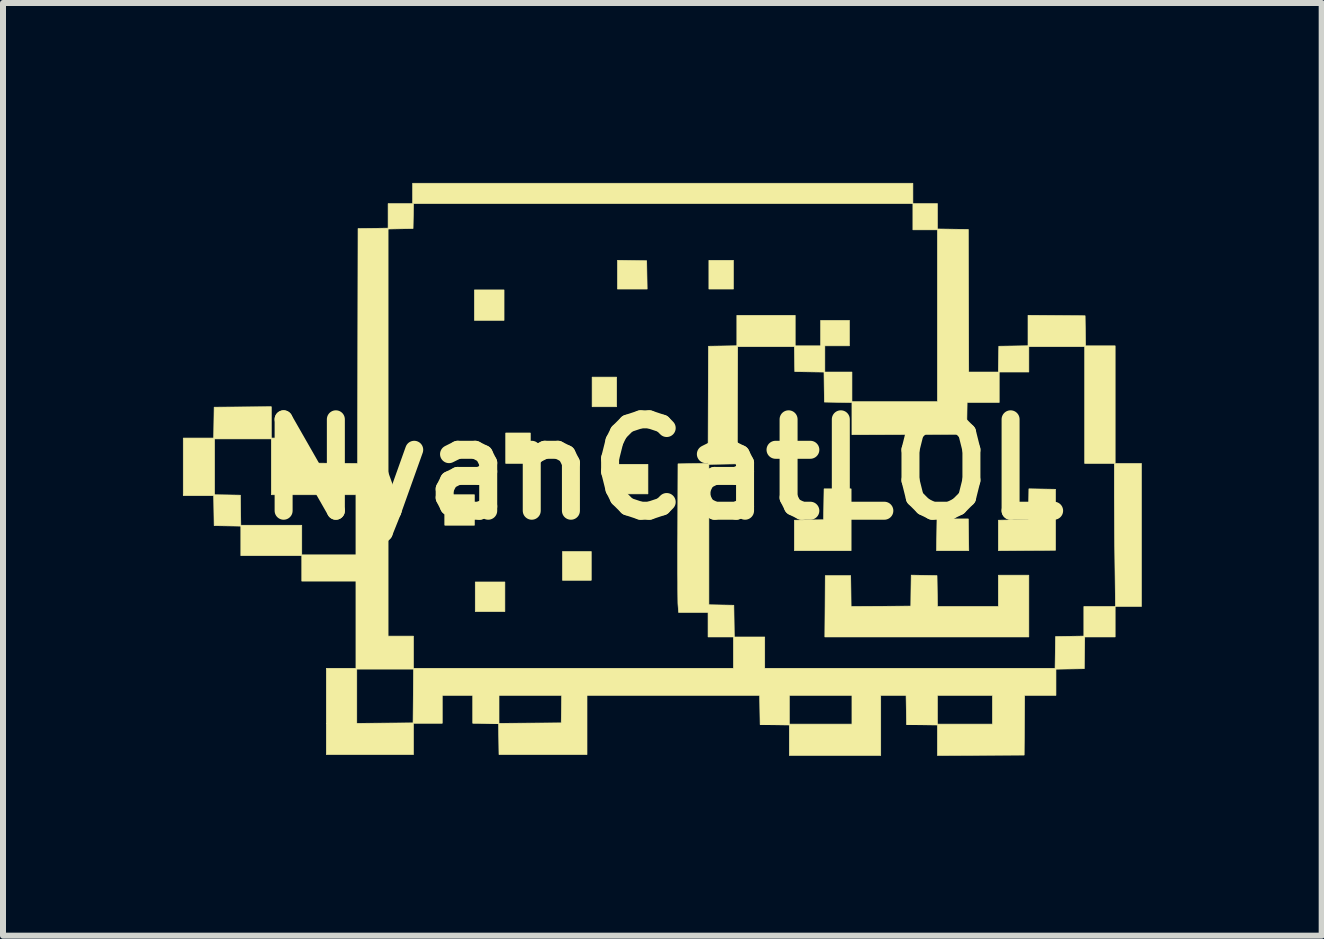
<source format=kicad_pcb>
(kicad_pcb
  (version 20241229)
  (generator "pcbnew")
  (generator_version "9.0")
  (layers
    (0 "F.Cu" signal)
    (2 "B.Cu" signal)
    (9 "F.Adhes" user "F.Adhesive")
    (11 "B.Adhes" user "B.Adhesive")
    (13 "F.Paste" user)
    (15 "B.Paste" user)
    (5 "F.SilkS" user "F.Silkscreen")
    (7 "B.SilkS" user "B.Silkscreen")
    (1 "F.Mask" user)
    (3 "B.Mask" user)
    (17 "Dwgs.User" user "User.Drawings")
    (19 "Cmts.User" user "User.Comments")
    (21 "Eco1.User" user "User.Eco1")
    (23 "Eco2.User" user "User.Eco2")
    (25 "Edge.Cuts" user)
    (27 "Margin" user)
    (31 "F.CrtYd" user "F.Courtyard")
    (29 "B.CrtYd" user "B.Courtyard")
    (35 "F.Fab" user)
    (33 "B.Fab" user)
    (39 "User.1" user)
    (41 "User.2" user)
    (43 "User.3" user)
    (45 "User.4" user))
  (footprint "NyanCatLOL"
    (layer "F.Cu")
    (at 7.992 4.775)
    (property "Reference" "NyanCatLOL" (at 0 0 0) (layer "F.SilkS") (effects (font (size 1.524 1.524) (thickness 0.3))))
    (attr through_hole)
    (fp_poly (pts (xy -3.133 0.931) (xy -3.627 0.931) (xy -3.627 0.423) (xy -3.133 0.423) (xy -3.133 0.931)) (stroke (width 0.01) (type solid)) (fill yes) (layer "F.SilkS"))
    (fp_poly (pts (xy -2.639 -2.484) (xy -3.133 -2.484) (xy -3.133 -2.992) (xy -2.639 -2.992) (xy -2.639 -2.484)) (stroke (width 0.01) (type solid)) (fill yes) (layer "F.SilkS"))
    (fp_poly (pts (xy -2.625 2.371) (xy -3.119 2.371) (xy -3.119 1.877) (xy -2.625 1.877) (xy -2.625 2.371)) (stroke (width 0.01) (type solid)) (fill yes) (layer "F.SilkS"))
    (fp_poly (pts (xy -2.201 -0.099) (xy -2.611 -0.099) (xy -2.611 -0.607) (xy -2.201 -0.607) (xy -2.201 -0.099)) (stroke (width 0.01) (type solid)) (fill yes) (layer "F.SilkS"))
    (fp_poly (pts (xy -1.185 1.849) (xy -1.665 1.849) (xy -1.665 1.369) (xy -1.185 1.369) (xy -1.185 1.849)) (stroke (width 0.01) (type solid)) (fill yes) (layer "F.SilkS"))
    (fp_poly (pts (xy -0.762 -1.044) (xy -1.171 -1.044) (xy -1.171 -1.538) (xy -0.762 -1.538) (xy -0.762 -1.044)) (stroke (width 0.01) (type solid)) (fill yes) (layer "F.SilkS"))
    (fp_poly (pts (xy -0.24 0.409) (xy -0.748 0.409) (xy -0.748 -0.085) (xy -0.24 -0.085) (xy -0.24 0.409)) (stroke (width 0.01) (type solid)) (fill yes) (layer "F.SilkS"))
    (fp_poly (pts (xy 1.185 -3.006) (xy 0.776 -3.006) (xy 0.776 -3.485) (xy 1.185 -3.485) (xy 1.185 -3.006)) (stroke (width 0.01) (type solid)) (fill yes) (layer "F.SilkS"))
    (fp_poly (pts (xy -0.261 -3.478) (xy -0.257 -3.242) (xy -0.253 -3.006) (xy -0.748 -3.006) (xy -0.748 -3.486) (xy -0.261 -3.478)) (stroke (width 0.01) (type solid)) (fill yes) (layer "F.SilkS"))
    (fp_poly (pts (xy 5.105 1.09) (xy 5.109 1.355) (xy 4.571 1.355) (xy 4.575 1.09) (xy 4.579 0.826) (xy 5.101 0.826) (xy 5.105 1.09)) (stroke (width 0.01) (type solid)) (fill yes) (layer "F.SilkS"))
    (fp_poly (pts (xy 3.147 1.355) (xy 2.201 1.355) (xy 2.201 0.847) (xy 2.445 0.843) (xy 2.688 0.84) (xy 2.692 0.582) (xy 2.696 0.325) (xy 3.147 0.325) (xy 3.147 1.355)) (stroke (width 0.01) (type solid)) (fill yes) (layer "F.SilkS"))
    (fp_poly (pts (xy 6.333 0.328) (xy 6.555 0.332) (xy 6.555 1.348) (xy 6.078 1.351) (xy 5.602 1.355) (xy 5.602 0.847) (xy 5.853 0.843) (xy 6.103 0.84) (xy 6.107 0.582) (xy 6.111 0.324) (xy 6.333 0.328)) (stroke (width 0.01) (type solid)) (fill yes) (layer "F.SilkS"))
    (fp_poly (pts (xy 4.579 1.771) (xy 4.583 2.028) (xy 4.587 2.286) (xy 5.602 2.286) (xy 5.602 1.764) (xy 6.11 1.764) (xy 6.11 2.794) (xy 2.709 2.794) (xy 2.713 2.282) (xy 2.716 1.771) (xy 3.14 1.771) (xy 3.144 2.029) (xy 3.147 2.286) (xy 3.645 2.283) (xy 4.142 2.279) (xy 4.145 2.021) (xy 4.149 1.763) (xy 4.579 1.771)) (stroke (width 0.01) (type solid)) (fill yes) (layer "F.SilkS"))
    (fp_poly (pts (xy 4.586 -4.431) (xy 4.586 -4.008) (xy 5.101 -4) (xy 5.108 -1.623) (xy 5.601 -1.623) (xy 5.605 -1.838) (xy 5.609 -2.053) (xy 5.853 -2.057) (xy 6.096 -2.061) (xy 6.096 -2.569) (xy 6.572 -2.565) (xy 7.048 -2.561) (xy 7.052 -2.311) (xy 7.056 -2.06) (xy 7.549 -2.06) (xy 7.549 -0.099) (xy 7.987 -0.099) (xy 7.987 2.286) (xy 7.554 2.286) (xy 7.545 1.577) (xy 7.543 1.416) (xy 7.541 1.246) (xy 7.539 1.071) (xy 7.538 0.899) (xy 7.537 0.734) (xy 7.536 0.583) (xy 7.535 0.451) (xy 7.535 0.385) (xy 7.535 -0.099) (xy 7.041 -0.099) (xy 7.041 -2.046) (xy 6.11 -2.046) (xy 6.11 -1.623) (xy 5.616 -1.623) (xy 5.616 -1.115) (xy 5.081 -1.115) (xy 5.077 -0.85) (xy 5.073 -0.586) (xy 4.117 -0.582) (xy 3.161 -0.578) (xy 3.161 -1.114) (xy 2.932 -1.118) (xy 2.702 -1.122) (xy 2.698 -1.372) (xy 2.695 -1.622) (xy 2.451 -1.626) (xy 2.208 -1.63) (xy 2.201 -2.046) (xy 1.256 -2.046) (xy 1.252 -1.069) (xy 1.249 -0.092) (xy 1.012 -0.088) (xy 0.776 -0.084) (xy 0.776 2.257) (xy 0.984 2.261) (xy 1.192 2.265) (xy 1.2 2.794) (xy 1.707 2.794) (xy 1.707 3.316) (xy 6.547 3.316) (xy 6.555 2.787) (xy 6.791 2.783) (xy 7.027 2.779) (xy 7.027 2.286) (xy 7.549 2.286) (xy 7.549 2.794) (xy 7.042 2.794) (xy 7.038 3.059) (xy 7.034 3.323) (xy 6.562 3.331) (xy 6.562 3.768) (xy 6.04 3.768) (xy 6.036 4.265) (xy 6.032 4.763) (xy 5.309 4.766) (xy 4.586 4.77) (xy 4.586 4.262) (xy 4.329 4.258) (xy 4.071 4.255) (xy 4.067 4.011) (xy 4.063 3.768) (xy 4.586 3.768) (xy 4.586 4.247) (xy 5.503 4.247) (xy 5.503 3.768) (xy 4.586 3.768) (xy 4.063 3.768) (xy 3.641 3.768) (xy 3.641 4.77) (xy 2.117 4.77) (xy 2.117 4.262) (xy 1.873 4.258) (xy 1.63 4.255) (xy 1.626 4.011) (xy 1.622 3.768) (xy 2.117 3.768) (xy 2.117 4.247) (xy 3.161 4.247) (xy 3.161 3.768) (xy 2.117 3.768) (xy 1.622 3.768) (xy -1.256 3.768) (xy -1.256 4.755) (xy -2.723 4.755) (xy -2.731 4.24) (xy -2.946 4.236) (xy -3.161 4.233) (xy -3.161 3.768) (xy -2.723 3.768) (xy -2.723 4.234) (xy -2.205 4.23) (xy -1.686 4.226) (xy -1.682 3.997) (xy -1.679 3.768) (xy -2.723 3.768) (xy -3.161 3.768) (xy -3.669 3.768) (xy -3.669 4.233) (xy -4.149 4.233) (xy -4.149 4.755) (xy -5.602 4.755) (xy -5.602 3.33) (xy -5.094 3.33) (xy -5.094 4.234) (xy -4.625 4.23) (xy -4.156 4.226) (xy -4.148 3.33) (xy -5.094 3.33) (xy -5.602 3.33) (xy -5.602 3.316) (xy -5.108 3.316) (xy -5.108 1.863) (xy -6.011 1.863) (xy -6.011 1.439) (xy -7.027 1.439) (xy -7.027 0.946) (xy -7.472 0.938) (xy -7.476 0.688) (xy -7.48 0.437) (xy -7.987 0.437) (xy -7.987 -0.508) (xy -7.465 -0.508) (xy -7.465 0.423) (xy -7.25 0.426) (xy -7.034 0.43) (xy -7.031 0.681) (xy -7.027 0.931) (xy -6.011 0.931) (xy -6.011 1.425) (xy -5.108 1.425) (xy -5.108 0.423) (xy -6.519 0.423) (xy -6.519 -0.508) (xy -7.465 -0.508) (xy -7.987 -0.508) (xy -7.987 -0.522) (xy -7.48 -0.522) (xy -7.476 -0.78) (xy -7.472 -1.037) (xy -6.996 -1.041) (xy -6.519 -1.045) (xy -6.519 -0.522) (xy -5.998 -0.522) (xy -5.994 -0.314) (xy -5.99 -0.106) (xy -5.535 -0.102) (xy -5.08 -0.098) (xy -5.077 -2.056) (xy -5.073 -4.007) (xy -4.572 -4.007) (xy -4.572 2.78) (xy -4.149 2.78) (xy -4.149 3.316) (xy 1.185 3.316) (xy 1.185 2.794) (xy 0.762 2.794) (xy 0.762 2.385) (xy 0.271 2.385) (xy 0.262 2.268) (xy 0.26 2.236) (xy 0.259 2.178) (xy 0.258 2.096) (xy 0.257 1.993) (xy 0.257 1.872) (xy 0.256 1.735) (xy 0.256 1.584) (xy 0.256 1.422) (xy 0.256 1.251) (xy 0.257 1.073) (xy 0.257 1.03) (xy 0.261 -0.092) (xy 0.511 -0.096) (xy 0.762 -0.099) (xy 0.765 -1.076) (xy 0.769 -2.053) (xy 1.242 -2.061) (xy 1.242 -2.568) (xy 2.215 -2.568) (xy 2.215 -2.06) (xy 2.639 -2.06) (xy 2.639 -2.484) (xy 3.119 -2.484) (xy 3.119 -2.06) (xy 2.709 -2.06) (xy 2.709 -1.623) (xy 3.161 -1.623) (xy 3.161 -1.129) (xy 4.586 -1.129) (xy 4.586 -3.993) (xy 4.177 -3.993) (xy 4.177 -4.431) (xy -4.148 -4.431) (xy -4.156 -4.015) (xy -4.572 -4.007) (xy -5.073 -4.007) (xy -5.073 -4.015) (xy -4.822 -4.018) (xy -4.572 -4.022) (xy -4.572 -4.431) (xy -4.163 -4.431) (xy -4.163 -4.77) (xy 4.177 -4.77) (xy 4.177 -4.431) (xy 4.586 -4.431)) (stroke (width 0.01) (type solid)) (fill yes) (layer "F.SilkS")))
  (gr_rect
    (start -3 -3)
    (end 18.984 12.549)
    (stroke (width 0.1) (type default))
    (fill no)
    (layer "Edge.Cuts")))
</source>
